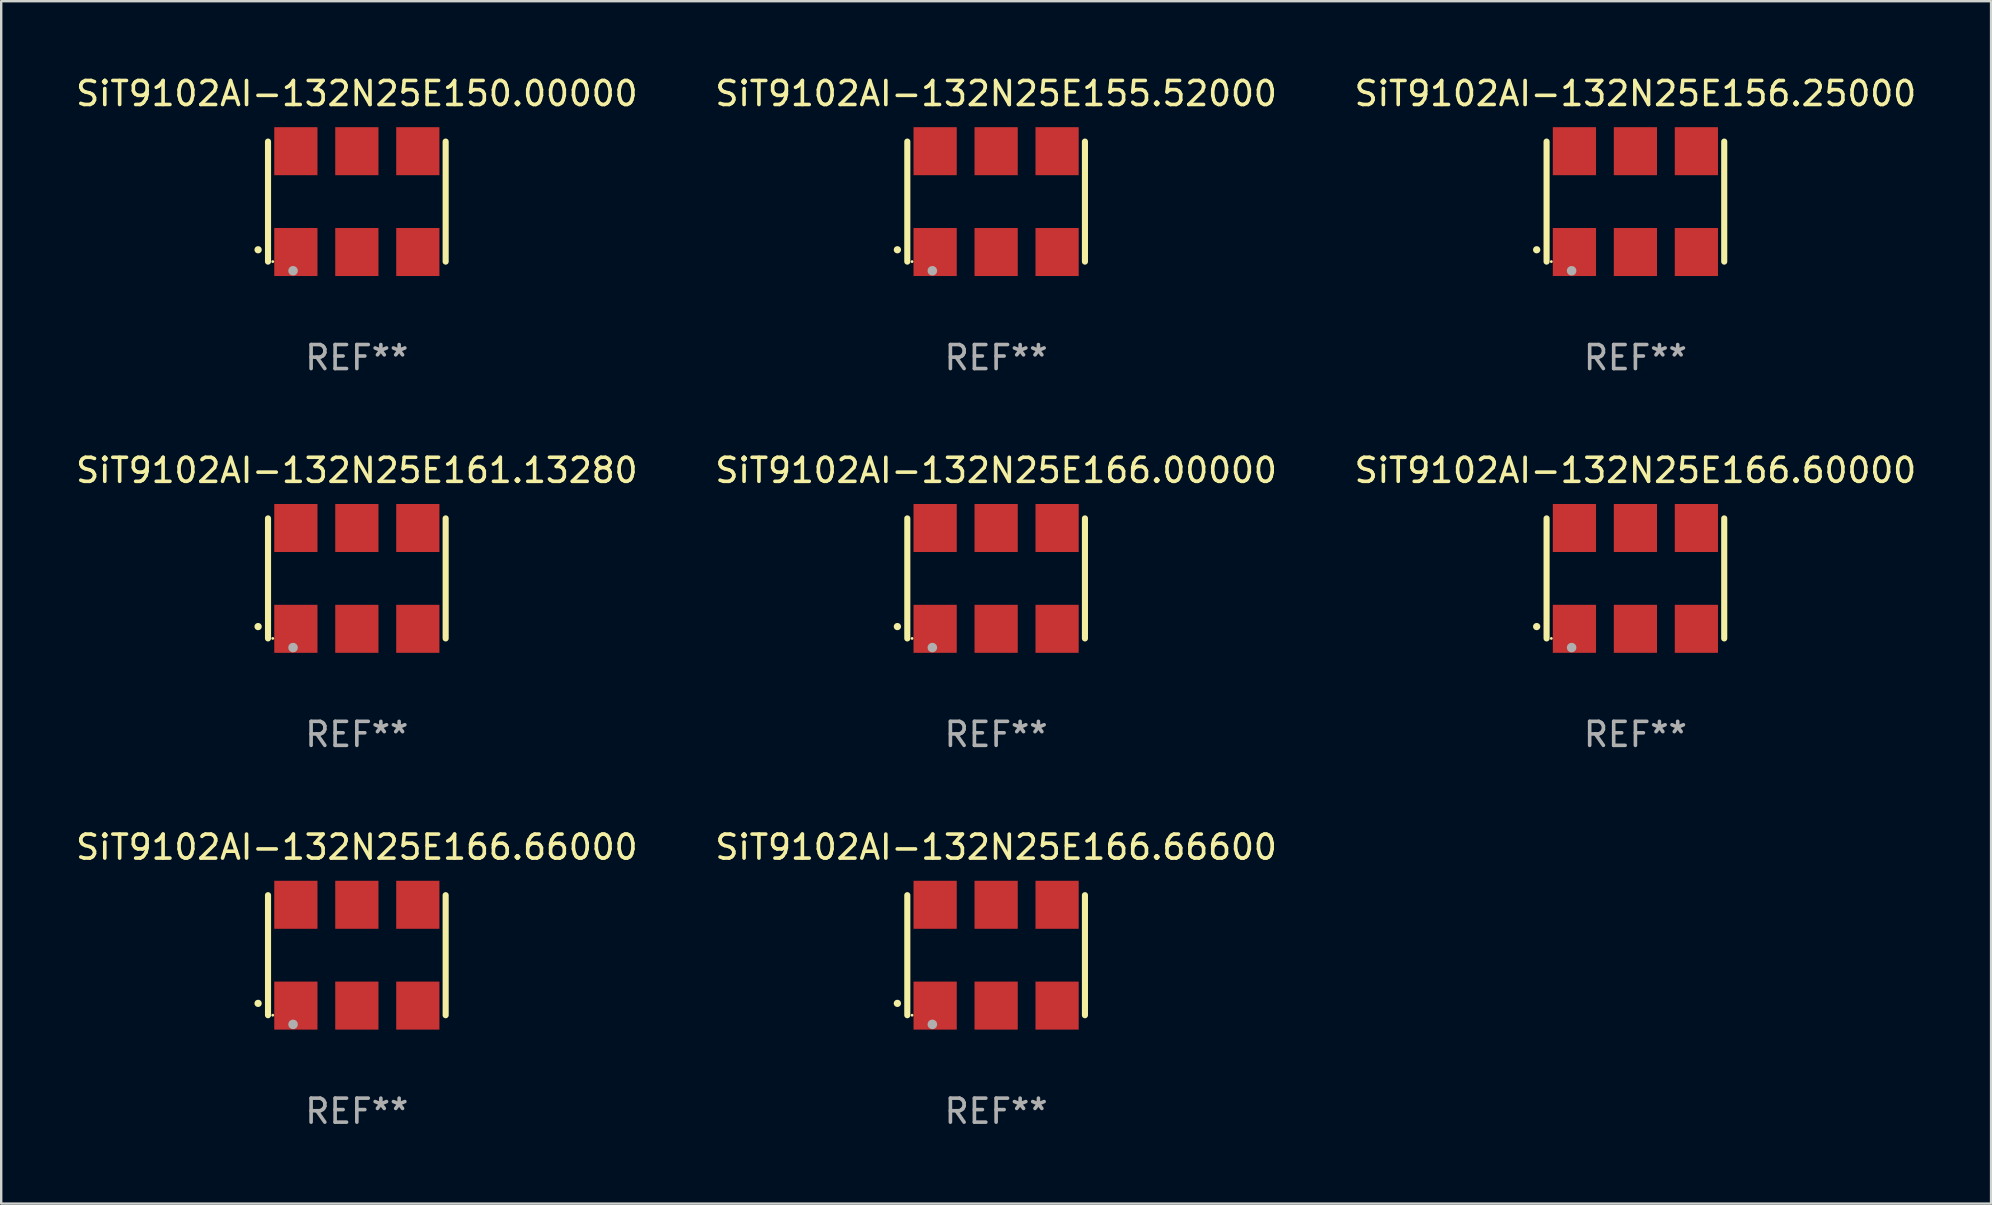
<source format=kicad_pcb>
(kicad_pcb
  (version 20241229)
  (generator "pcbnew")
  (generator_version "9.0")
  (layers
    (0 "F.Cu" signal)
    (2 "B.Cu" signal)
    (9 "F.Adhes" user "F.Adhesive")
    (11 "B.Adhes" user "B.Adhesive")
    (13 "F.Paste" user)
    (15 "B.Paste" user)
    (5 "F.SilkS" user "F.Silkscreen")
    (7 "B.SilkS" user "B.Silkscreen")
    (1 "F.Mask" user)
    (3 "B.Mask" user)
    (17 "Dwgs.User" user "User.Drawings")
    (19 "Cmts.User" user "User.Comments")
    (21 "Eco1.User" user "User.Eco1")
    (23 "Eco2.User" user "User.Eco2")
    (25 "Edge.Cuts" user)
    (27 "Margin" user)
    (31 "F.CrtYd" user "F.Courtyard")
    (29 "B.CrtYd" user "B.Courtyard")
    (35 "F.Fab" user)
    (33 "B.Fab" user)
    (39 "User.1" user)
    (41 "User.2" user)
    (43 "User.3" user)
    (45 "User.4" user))
  (footprint "SiT9102AI-132N25E161.13280"
    (layer "F.Cu")
    (at 11.815 21.045)
    (property "Reference" "SiT9102AI-132N25E161.13280" (at 0 -4.5 0) (layer "F.SilkS") (effects (font (size 1 1) (thickness 0.15))))
    (attr through_hole)
    (fp_line (start -3.7 -2.5) (end -3.7 2.5) (stroke (width 0.254) (type solid)) (layer "F.SilkS"))
    (fp_line (start 3.7 -2.5) (end 3.7 2.5) (stroke (width 0.254) (type solid)) (layer "F.SilkS"))
    (fp_arc (start -4.114415 2.006604) (mid -4.113145 2.006599) (end -4.111875 2.006604) (stroke (width 0.3) (type solid)) (layer "F.SilkS"))
    (fp_circle (center -3.502 2.5) (end -3.472 2.5) (stroke (width 0.06) (type solid)) (fill no) (layer "F.SilkS"))
    (fp_circle (center -2.657 2.882) (end -2.557 2.882) (stroke (width 0.2) (type solid)) (fill no) (layer "F.Fab"))
    (fp_text user "REF**" (at 0 6.5 0) (layer "F.Fab") (effects (font (size 1 1) (thickness 0.15))))
    (pad "1" smd rect (at -2.54 2.1) (size 1.8 2) (layers "F.Cu" "F.Mask" "F.Paste"))
    (pad "2" smd rect (at 0.000394 2.1) (size 1.8 2) (layers "F.Cu" "F.Mask" "F.Paste"))
    (pad "3" smd rect (at 2.54 2.1) (size 1.8 2) (layers "F.Cu" "F.Mask" "F.Paste"))
    (pad "4" smd rect (at 2.54 -2.1) (size 1.8 2) (layers "F.Cu" "F.Mask" "F.Paste"))
    (pad "5" smd rect (at 0.000394 -2.1) (size 1.8 2) (layers "F.Cu" "F.Mask" "F.Paste"))
    (pad "6" smd rect (at -2.54 -2.1) (size 1.8 2) (layers "F.Cu" "F.Mask" "F.Paste")))
  (footprint "SiT9102AI-132N25E156.25000"
    (layer "F.Cu")
    (at 65.077 5.348)
    (property "Reference" "SiT9102AI-132N25E156.25000" (at 0 -4.5 0) (layer "F.SilkS") (effects (font (size 1 1) (thickness 0.15))))
    (attr through_hole)
    (fp_line (start -3.7 -2.5) (end -3.7 2.5) (stroke (width 0.254) (type solid)) (layer "F.SilkS"))
    (fp_line (start 3.7 -2.5) (end 3.7 2.5) (stroke (width 0.254) (type solid)) (layer "F.SilkS"))
    (fp_arc (start -4.114415 2.006604) (mid -4.113145 2.006599) (end -4.111875 2.006604) (stroke (width 0.3) (type solid)) (layer "F.SilkS"))
    (fp_circle (center -3.502 2.5) (end -3.472 2.5) (stroke (width 0.06) (type solid)) (fill no) (layer "F.SilkS"))
    (fp_circle (center -2.657 2.882) (end -2.557 2.882) (stroke (width 0.2) (type solid)) (fill no) (layer "F.Fab"))
    (fp_text user "REF**" (at 0 6.5 0) (layer "F.Fab") (effects (font (size 1 1) (thickness 0.15))))
    (pad "1" smd rect (at -2.54 2.1) (size 1.8 2) (layers "F.Cu" "F.Mask" "F.Paste"))
    (pad "2" smd rect (at 0.000394 2.1) (size 1.8 2) (layers "F.Cu" "F.Mask" "F.Paste"))
    (pad "3" smd rect (at 2.54 2.1) (size 1.8 2) (layers "F.Cu" "F.Mask" "F.Paste"))
    (pad "4" smd rect (at 2.54 -2.1) (size 1.8 2) (layers "F.Cu" "F.Mask" "F.Paste"))
    (pad "5" smd rect (at 0.000394 -2.1) (size 1.8 2) (layers "F.Cu" "F.Mask" "F.Paste"))
    (pad "6" smd rect (at -2.54 -2.1) (size 1.8 2) (layers "F.Cu" "F.Mask" "F.Paste")))
  (footprint "SiT9102AI-132N25E166.60000"
    (layer "F.Cu")
    (at 65.077 21.045)
    (property "Reference" "SiT9102AI-132N25E166.60000" (at 0 -4.5 0) (layer "F.SilkS") (effects (font (size 1 1) (thickness 0.15))))
    (attr through_hole)
    (fp_line (start -3.7 -2.5) (end -3.7 2.5) (stroke (width 0.254) (type solid)) (layer "F.SilkS"))
    (fp_line (start 3.7 -2.5) (end 3.7 2.5) (stroke (width 0.254) (type solid)) (layer "F.SilkS"))
    (fp_arc (start -4.114415 2.006604) (mid -4.113145 2.006599) (end -4.111875 2.006604) (stroke (width 0.3) (type solid)) (layer "F.SilkS"))
    (fp_circle (center -3.502 2.5) (end -3.472 2.5) (stroke (width 0.06) (type solid)) (fill no) (layer "F.SilkS"))
    (fp_circle (center -2.657 2.882) (end -2.557 2.882) (stroke (width 0.2) (type solid)) (fill no) (layer "F.Fab"))
    (fp_text user "REF**" (at 0 6.5 0) (layer "F.Fab") (effects (font (size 1 1) (thickness 0.15))))
    (pad "1" smd rect (at -2.54 2.1) (size 1.8 2) (layers "F.Cu" "F.Mask" "F.Paste"))
    (pad "2" smd rect (at 0.000394 2.1) (size 1.8 2) (layers "F.Cu" "F.Mask" "F.Paste"))
    (pad "3" smd rect (at 2.54 2.1) (size 1.8 2) (layers "F.Cu" "F.Mask" "F.Paste"))
    (pad "4" smd rect (at 2.54 -2.1) (size 1.8 2) (layers "F.Cu" "F.Mask" "F.Paste"))
    (pad "5" smd rect (at 0.000394 -2.1) (size 1.8 2) (layers "F.Cu" "F.Mask" "F.Paste"))
    (pad "6" smd rect (at -2.54 -2.1) (size 1.8 2) (layers "F.Cu" "F.Mask" "F.Paste")))
  (footprint "SiT9102AI-132N25E166.66000"
    (layer "F.Cu")
    (at 11.815 36.741)
    (property "Reference" "SiT9102AI-132N25E166.66000" (at 0 -4.5 0) (layer "F.SilkS") (effects (font (size 1 1) (thickness 0.15))))
    (attr through_hole)
    (fp_line (start -3.7 -2.5) (end -3.7 2.5) (stroke (width 0.254) (type solid)) (layer "F.SilkS"))
    (fp_line (start 3.7 -2.5) (end 3.7 2.5) (stroke (width 0.254) (type solid)) (layer "F.SilkS"))
    (fp_arc (start -4.114415 2.006604) (mid -4.113145 2.006599) (end -4.111875 2.006604) (stroke (width 0.3) (type solid)) (layer "F.SilkS"))
    (fp_circle (center -3.502 2.5) (end -3.472 2.5) (stroke (width 0.06) (type solid)) (fill no) (layer "F.SilkS"))
    (fp_circle (center -2.657 2.882) (end -2.557 2.882) (stroke (width 0.2) (type solid)) (fill no) (layer "F.Fab"))
    (fp_text user "REF**" (at 0 6.5 0) (layer "F.Fab") (effects (font (size 1 1) (thickness 0.15))))
    (pad "1" smd rect (at -2.54 2.1) (size 1.8 2) (layers "F.Cu" "F.Mask" "F.Paste"))
    (pad "2" smd rect (at 0.000394 2.1) (size 1.8 2) (layers "F.Cu" "F.Mask" "F.Paste"))
    (pad "3" smd rect (at 2.54 2.1) (size 1.8 2) (layers "F.Cu" "F.Mask" "F.Paste"))
    (pad "4" smd rect (at 2.54 -2.1) (size 1.8 2) (layers "F.Cu" "F.Mask" "F.Paste"))
    (pad "5" smd rect (at 0.000394 -2.1) (size 1.8 2) (layers "F.Cu" "F.Mask" "F.Paste"))
    (pad "6" smd rect (at -2.54 -2.1) (size 1.8 2) (layers "F.Cu" "F.Mask" "F.Paste")))
  (footprint "SiT9102AI-132N25E166.66600"
    (layer "F.Cu")
    (at 38.446 36.741)
    (property "Reference" "SiT9102AI-132N25E166.66600" (at 0 -4.5 0) (layer "F.SilkS") (effects (font (size 1 1) (thickness 0.15))))
    (attr through_hole)
    (fp_line (start -3.7 -2.5) (end -3.7 2.5) (stroke (width 0.254) (type solid)) (layer "F.SilkS"))
    (fp_line (start 3.7 -2.5) (end 3.7 2.5) (stroke (width 0.254) (type solid)) (layer "F.SilkS"))
    (fp_arc (start -4.114415 2.006604) (mid -4.113145 2.006599) (end -4.111875 2.006604) (stroke (width 0.3) (type solid)) (layer "F.SilkS"))
    (fp_circle (center -3.502 2.5) (end -3.472 2.5) (stroke (width 0.06) (type solid)) (fill no) (layer "F.SilkS"))
    (fp_circle (center -2.657 2.882) (end -2.557 2.882) (stroke (width 0.2) (type solid)) (fill no) (layer "F.Fab"))
    (fp_text user "REF**" (at 0 6.5 0) (layer "F.Fab") (effects (font (size 1 1) (thickness 0.15))))
    (pad "1" smd rect (at -2.54 2.1) (size 1.8 2) (layers "F.Cu" "F.Mask" "F.Paste"))
    (pad "2" smd rect (at 0.000394 2.1) (size 1.8 2) (layers "F.Cu" "F.Mask" "F.Paste"))
    (pad "3" smd rect (at 2.54 2.1) (size 1.8 2) (layers "F.Cu" "F.Mask" "F.Paste"))
    (pad "4" smd rect (at 2.54 -2.1) (size 1.8 2) (layers "F.Cu" "F.Mask" "F.Paste"))
    (pad "5" smd rect (at 0.000394 -2.1) (size 1.8 2) (layers "F.Cu" "F.Mask" "F.Paste"))
    (pad "6" smd rect (at -2.54 -2.1) (size 1.8 2) (layers "F.Cu" "F.Mask" "F.Paste")))
  (footprint "SiT9102AI-132N25E150.00000"
    (layer "F.Cu")
    (at 11.815 5.348)
    (property "Reference" "SiT9102AI-132N25E150.00000" (at 0 -4.5 0) (layer "F.SilkS") (effects (font (size 1 1) (thickness 0.15))))
    (attr through_hole)
    (fp_line (start -3.7 -2.5) (end -3.7 2.5) (stroke (width 0.254) (type solid)) (layer "F.SilkS"))
    (fp_line (start 3.7 -2.5) (end 3.7 2.5) (stroke (width 0.254) (type solid)) (layer "F.SilkS"))
    (fp_arc (start -4.114415 2.006604) (mid -4.113145 2.006599) (end -4.111875 2.006604) (stroke (width 0.3) (type solid)) (layer "F.SilkS"))
    (fp_circle (center -3.502 2.5) (end -3.472 2.5) (stroke (width 0.06) (type solid)) (fill no) (layer "F.SilkS"))
    (fp_circle (center -2.657 2.882) (end -2.557 2.882) (stroke (width 0.2) (type solid)) (fill no) (layer "F.Fab"))
    (fp_text user "REF**" (at 0 6.5 0) (layer "F.Fab") (effects (font (size 1 1) (thickness 0.15))))
    (pad "1" smd rect (at -2.54 2.1) (size 1.8 2) (layers "F.Cu" "F.Mask" "F.Paste"))
    (pad "2" smd rect (at 0.000394 2.1) (size 1.8 2) (layers "F.Cu" "F.Mask" "F.Paste"))
    (pad "3" smd rect (at 2.54 2.1) (size 1.8 2) (layers "F.Cu" "F.Mask" "F.Paste"))
    (pad "4" smd rect (at 2.54 -2.1) (size 1.8 2) (layers "F.Cu" "F.Mask" "F.Paste"))
    (pad "5" smd rect (at 0.000394 -2.1) (size 1.8 2) (layers "F.Cu" "F.Mask" "F.Paste"))
    (pad "6" smd rect (at -2.54 -2.1) (size 1.8 2) (layers "F.Cu" "F.Mask" "F.Paste")))
  (footprint "SiT9102AI-132N25E155.52000"
    (layer "F.Cu")
    (at 38.446 5.348)
    (property "Reference" "SiT9102AI-132N25E155.52000" (at 0 -4.5 0) (layer "F.SilkS") (effects (font (size 1 1) (thickness 0.15))))
    (attr through_hole)
    (fp_line (start -3.7 -2.5) (end -3.7 2.5) (stroke (width 0.254) (type solid)) (layer "F.SilkS"))
    (fp_line (start 3.7 -2.5) (end 3.7 2.5) (stroke (width 0.254) (type solid)) (layer "F.SilkS"))
    (fp_arc (start -4.114415 2.006604) (mid -4.113145 2.006599) (end -4.111875 2.006604) (stroke (width 0.3) (type solid)) (layer "F.SilkS"))
    (fp_circle (center -3.502 2.5) (end -3.472 2.5) (stroke (width 0.06) (type solid)) (fill no) (layer "F.SilkS"))
    (fp_circle (center -2.657 2.882) (end -2.557 2.882) (stroke (width 0.2) (type solid)) (fill no) (layer "F.Fab"))
    (fp_text user "REF**" (at 0 6.5 0) (layer "F.Fab") (effects (font (size 1 1) (thickness 0.15))))
    (pad "1" smd rect (at -2.54 2.1) (size 1.8 2) (layers "F.Cu" "F.Mask" "F.Paste"))
    (pad "2" smd rect (at 0.000394 2.1) (size 1.8 2) (layers "F.Cu" "F.Mask" "F.Paste"))
    (pad "3" smd rect (at 2.54 2.1) (size 1.8 2) (layers "F.Cu" "F.Mask" "F.Paste"))
    (pad "4" smd rect (at 2.54 -2.1) (size 1.8 2) (layers "F.Cu" "F.Mask" "F.Paste"))
    (pad "5" smd rect (at 0.000394 -2.1) (size 1.8 2) (layers "F.Cu" "F.Mask" "F.Paste"))
    (pad "6" smd rect (at -2.54 -2.1) (size 1.8 2) (layers "F.Cu" "F.Mask" "F.Paste")))
  (footprint "SiT9102AI-132N25E166.00000"
    (layer "F.Cu")
    (at 38.446 21.045)
    (property "Reference" "SiT9102AI-132N25E166.00000" (at 0 -4.5 0) (layer "F.SilkS") (effects (font (size 1 1) (thickness 0.15))))
    (attr through_hole)
    (fp_line (start -3.7 -2.5) (end -3.7 2.5) (stroke (width 0.254) (type solid)) (layer "F.SilkS"))
    (fp_line (start 3.7 -2.5) (end 3.7 2.5) (stroke (width 0.254) (type solid)) (layer "F.SilkS"))
    (fp_arc (start -4.114415 2.006604) (mid -4.113145 2.006599) (end -4.111875 2.006604) (stroke (width 0.3) (type solid)) (layer "F.SilkS"))
    (fp_circle (center -3.502 2.5) (end -3.472 2.5) (stroke (width 0.06) (type solid)) (fill no) (layer "F.SilkS"))
    (fp_circle (center -2.657 2.882) (end -2.557 2.882) (stroke (width 0.2) (type solid)) (fill no) (layer "F.Fab"))
    (fp_text user "REF**" (at 0 6.5 0) (layer "F.Fab") (effects (font (size 1 1) (thickness 0.15))))
    (pad "1" smd rect (at -2.54 2.1) (size 1.8 2) (layers "F.Cu" "F.Mask" "F.Paste"))
    (pad "2" smd rect (at 0.000394 2.1) (size 1.8 2) (layers "F.Cu" "F.Mask" "F.Paste"))
    (pad "3" smd rect (at 2.54 2.1) (size 1.8 2) (layers "F.Cu" "F.Mask" "F.Paste"))
    (pad "4" smd rect (at 2.54 -2.1) (size 1.8 2) (layers "F.Cu" "F.Mask" "F.Paste"))
    (pad "5" smd rect (at 0.000394 -2.1) (size 1.8 2) (layers "F.Cu" "F.Mask" "F.Paste"))
    (pad "6" smd rect (at -2.54 -2.1) (size 1.8 2) (layers "F.Cu" "F.Mask" "F.Paste")))
  (gr_rect
    (start -3 -3)
    (end 79.893 47.09)
    (stroke (width 0.1) (type default))
    (fill no)
    (layer "Edge.Cuts")))
</source>
